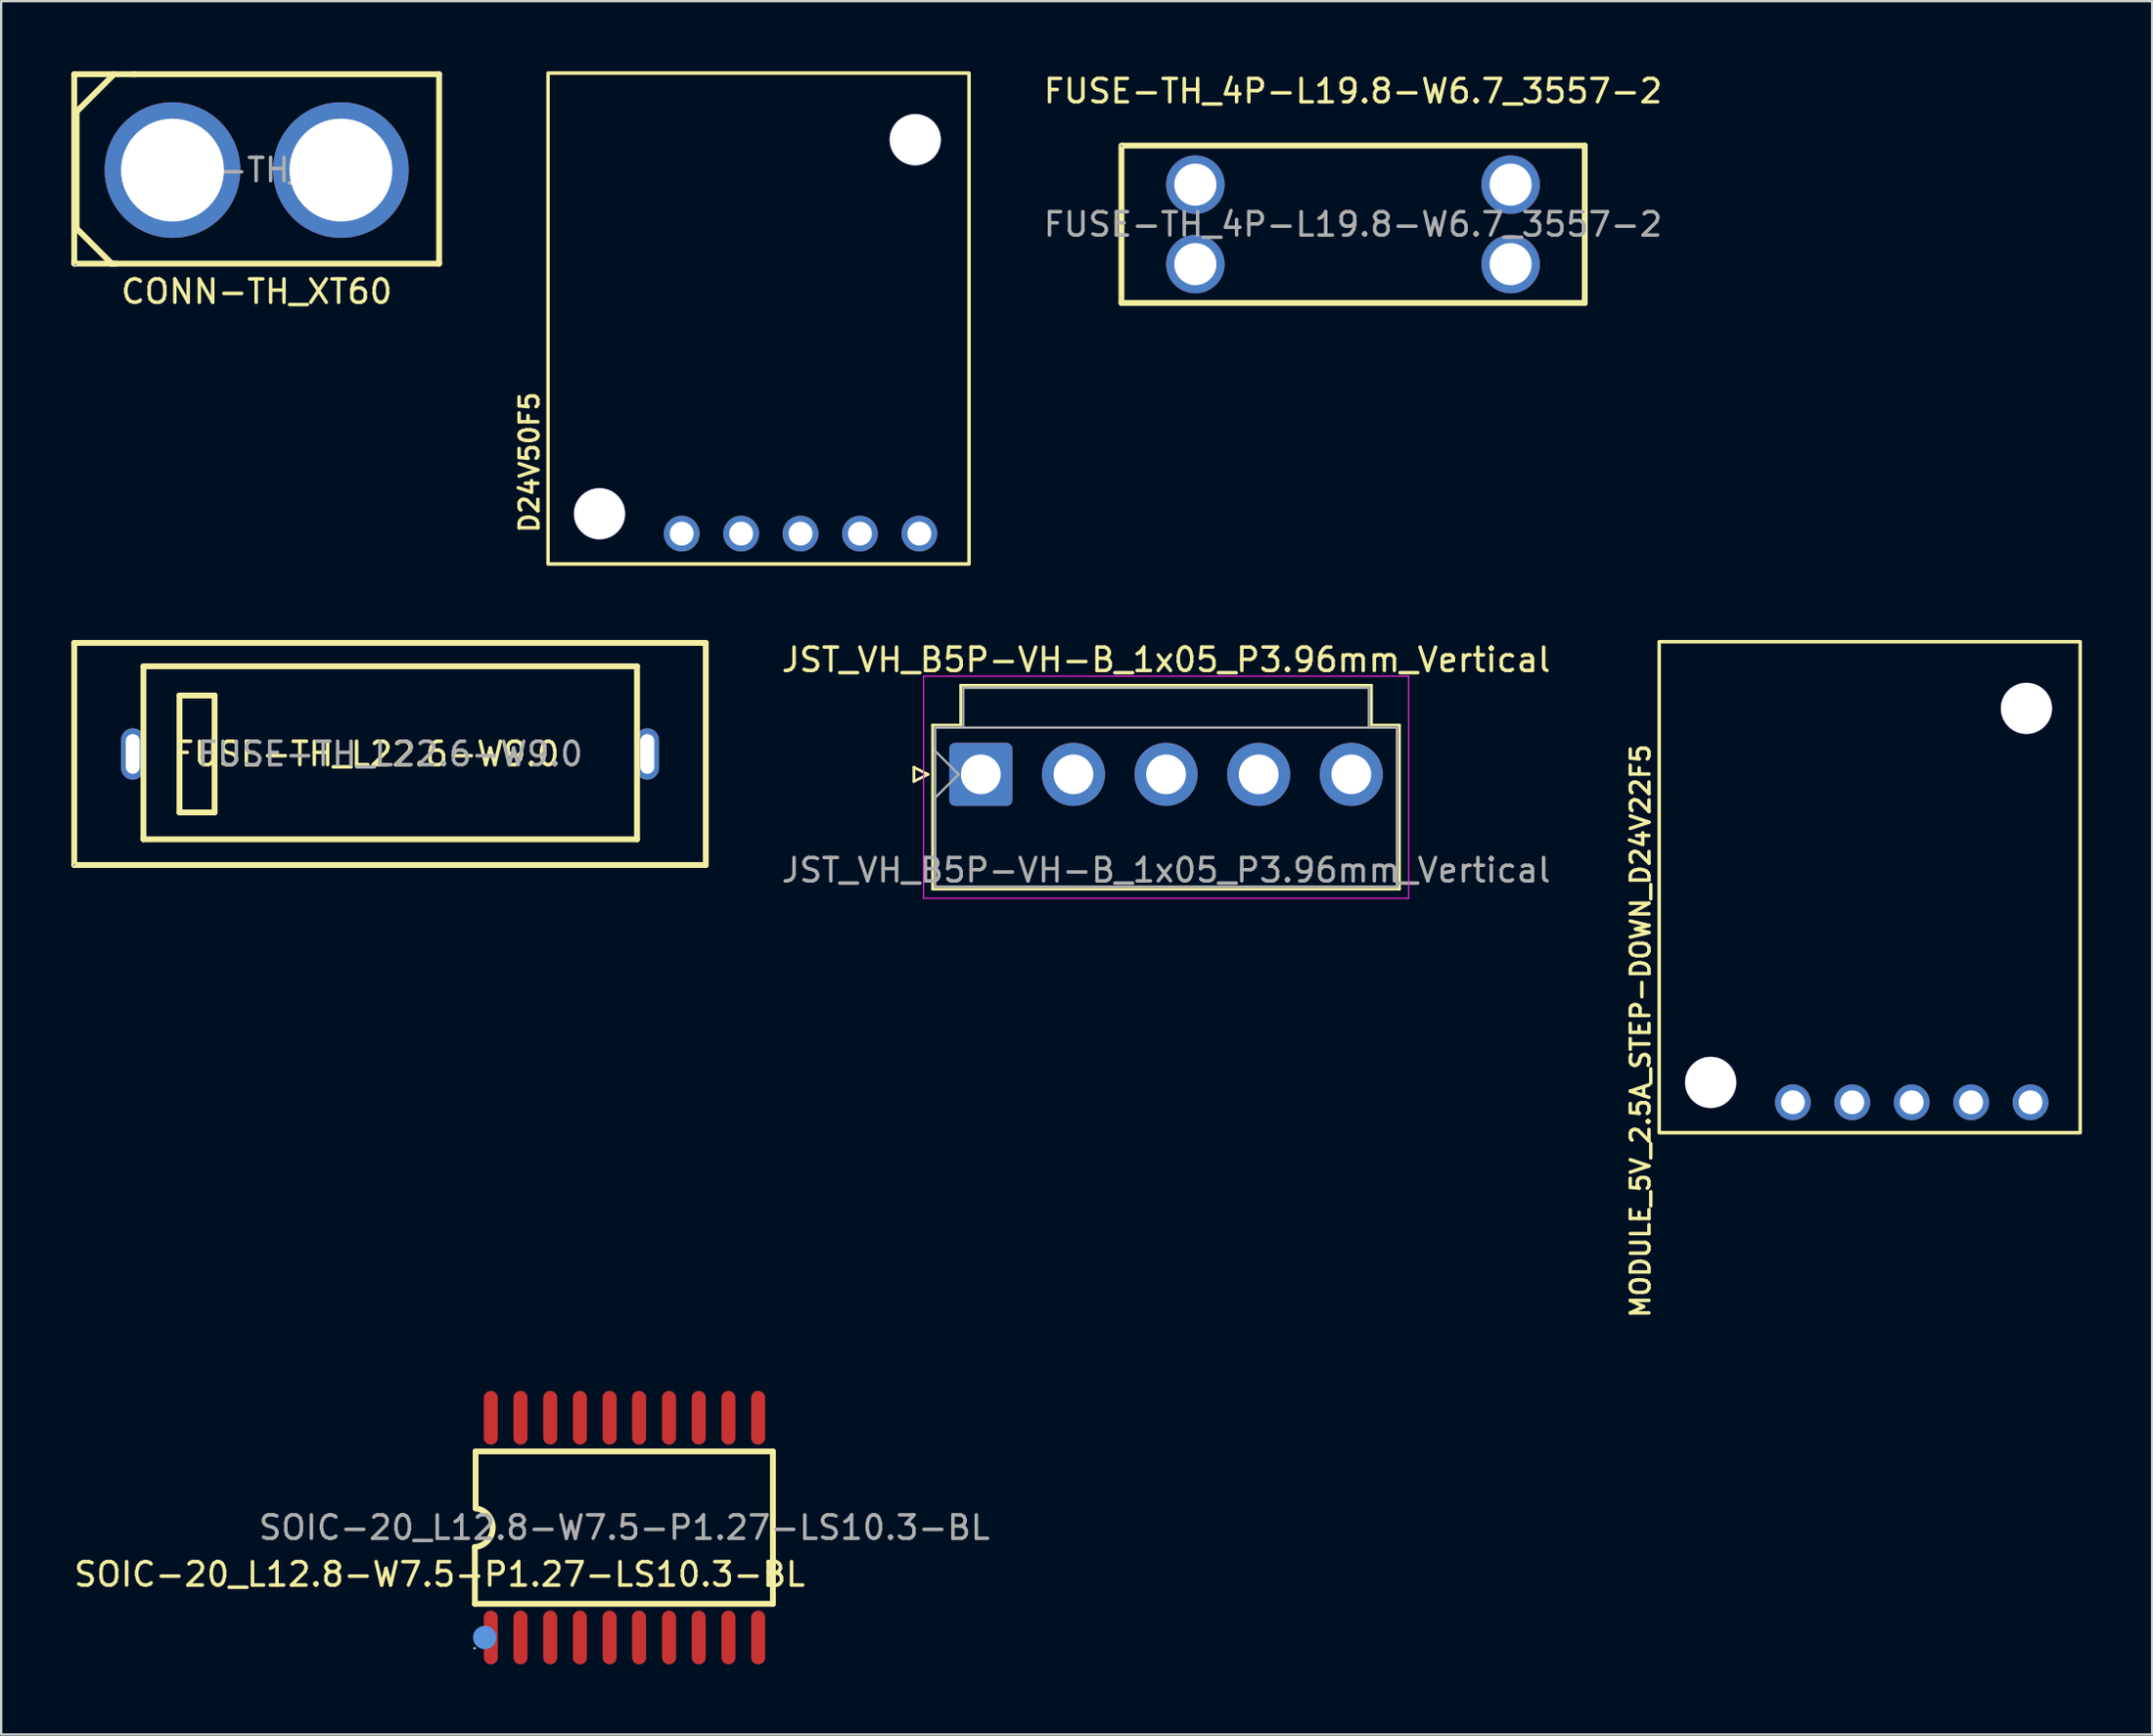
<source format=kicad_pcb>
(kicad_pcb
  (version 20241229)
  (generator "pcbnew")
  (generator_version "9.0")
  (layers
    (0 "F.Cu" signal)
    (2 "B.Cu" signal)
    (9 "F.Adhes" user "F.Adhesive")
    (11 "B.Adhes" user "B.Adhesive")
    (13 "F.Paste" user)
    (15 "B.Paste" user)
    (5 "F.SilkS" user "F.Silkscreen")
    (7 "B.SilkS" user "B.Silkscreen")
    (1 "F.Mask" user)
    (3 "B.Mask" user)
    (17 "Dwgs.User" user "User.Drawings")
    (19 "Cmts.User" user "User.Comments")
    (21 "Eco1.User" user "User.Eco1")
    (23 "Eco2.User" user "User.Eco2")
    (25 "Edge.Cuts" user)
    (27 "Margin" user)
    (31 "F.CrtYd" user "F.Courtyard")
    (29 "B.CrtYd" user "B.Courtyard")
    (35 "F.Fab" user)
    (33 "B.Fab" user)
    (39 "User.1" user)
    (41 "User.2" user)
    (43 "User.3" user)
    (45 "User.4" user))
  (footprint "FUSE-TH_4P-L19.8-W6.7_3557-2"
    (layer "F.Cu")
    (at 54.796 6.548)
    (property "Reference" "FUSE-TH_4P-L19.8-W6.7_3557-2" (at 0 -5.7 0) (layer "F.SilkS") (effects (font (size 1 1) (thickness 0.15))))
    (attr through_hole)
    (fp_line (start -9.9 -3.37) (end -9.9 3.36) (stroke (width 0.25) (type solid)) (layer "F.SilkS"))
    (fp_line (start -9.9 3.36) (end 9.91 3.36) (stroke (width 0.25) (type solid)) (layer "F.SilkS"))
    (fp_line (start 9.91 -3.37) (end -9.86 -3.37) (stroke (width 0.25) (type solid)) (layer "F.SilkS"))
    (fp_line (start 9.91 3.36) (end 9.91 -3.37) (stroke (width 0.25) (type solid)) (layer "F.SilkS"))
    (fp_circle (center -9.9 -3.36) (end -9.87 -3.36) (stroke (width 0.06) (type solid)) (fill no) (layer "F.Fab"))
    (fp_text user "${REFERENCE}" (at 0 0 0) (layer "F.Fab") (effects (font (size 1 1) (thickness 0.15))))
    (pad "1" thru_hole circle (at -6.74 -1.7) (size 2.5 2.5) (drill 1.8) (layers "*.Cu" "*.Mask"))
    (pad "1" thru_hole circle (at -6.74 1.7) (size 2.5 2.5) (drill 1.8) (layers "*.Cu" "*.Mask"))
    (pad "2" thru_hole circle (at 6.74 -1.7) (size 2.5 2.5) (drill 1.8) (layers "*.Cu" "*.Mask"))
    (pad "2" thru_hole circle (at 6.74 1.7) (size 2.5 2.5) (drill 1.8) (layers "*.Cu" "*.Mask")))
  (footprint "D24V50F5"
    (layer "F.Cu")
    (at 20.381 21.075)
    (property "Reference" "D24V50F5" (at -0.8 -4.35 90) (layer "F.SilkS") (effects (font (size 0.8 0.8) (thickness 0.15))))
    (attr through_hole)
    (fp_rect (start 0 -21) (end 18 0) (stroke (width 0.15) (type default)) (fill no) (layer "F.SilkS"))
    (pad "" np_thru_hole circle (at 2.2 -2.15) (size 2.2 2.2) (drill 2.18) (layers "*.Cu" "*.Mask"))
    (pad "" np_thru_hole circle (at 15.7 -18.15) (size 2.2 2.2) (drill 2.18) (layers "*.Cu" "*.Mask"))
    (pad "1" thru_hole circle (at 5.715 -1.3) (size 1.53 1.53) (drill 1.02) (layers "*.Cu" "*.Mask"))
    (pad "2" thru_hole circle (at 8.255 -1.3) (size 1.53 1.53) (drill 1.02) (layers "*.Cu" "*.Mask"))
    (pad "3" thru_hole circle (at 10.795 -1.3) (size 1.53 1.53) (drill 1.02) (layers "*.Cu" "*.Mask"))
    (pad "4" thru_hole circle (at 13.335 -1.3) (size 1.53 1.53) (drill 1.02) (layers "*.Cu" "*.Mask"))
    (pad "5" thru_hole circle (at 15.875 -1.3) (size 1.53 1.53) (drill 1.02) (layers "*.Cu" "*.Mask")))
  (footprint "MODULE_5V_2.5A_STEP-DOWN_D24V22F5"
    (layer "F.Cu")
    (at 67.888 45.4)
    (property "Reference" "MODULE_5V_2.5A_STEP-DOWN_D24V22F5" (at -0.8 -4.35 90) (layer "F.SilkS") (effects (font (size 0.8 0.8) (thickness 0.15))))
    (attr through_hole)
    (fp_rect (start 0 -21) (end 18 0) (stroke (width 0.15) (type default)) (fill no) (layer "F.SilkS"))
    (pad "" np_thru_hole circle (at 2.2 -2.15) (size 2.2 2.2) (drill 2.18) (layers "*.Cu" "*.Mask"))
    (pad "" np_thru_hole circle (at 15.7 -18.15) (size 2.2 2.2) (drill 2.18) (layers "*.Cu" "*.Mask"))
    (pad "1" thru_hole circle (at 5.715 -1.3) (size 1.53 1.53) (drill 1.02) (layers "*.Cu" "*.Mask"))
    (pad "2" thru_hole circle (at 8.255 -1.3) (size 1.53 1.53) (drill 1.02) (layers "*.Cu" "*.Mask"))
    (pad "3" thru_hole circle (at 10.795 -1.3) (size 1.53 1.53) (drill 1.02) (layers "*.Cu" "*.Mask"))
    (pad "4" thru_hole circle (at 13.335 -1.3) (size 1.53 1.53) (drill 1.02) (layers "*.Cu" "*.Mask"))
    (pad "5" thru_hole circle (at 15.875 -1.3) (size 1.53 1.53) (drill 1.02) (layers "*.Cu" "*.Mask")))
  (footprint "FUSE-TH_L22.6-W9.0"
    (layer "F.Cu")
    (at 13.625 29.2)
    (property "Reference" "FUSE-TH_L22.6-W9.0" (at -1 0 180) (layer "F.SilkS") (effects (font (size 1 1) (thickness 0.15))))
    (attr through_hole)
    (fp_line (start -13.5 -4.75) (end -13.5 4.75) (stroke (width 0.25) (type solid)) (layer "F.SilkS"))
    (fp_line (start -13.5 4.75) (end 13.5 4.75) (stroke (width 0.25) (type solid)) (layer "F.SilkS"))
    (fp_line (start -10.54 -3.75) (end 10.56 -3.75) (stroke (width 0.25) (type solid)) (layer "F.SilkS"))
    (fp_line (start -10.54 3.65) (end -10.54 -3.75) (stroke (width 0.25) (type solid)) (layer "F.SilkS"))
    (fp_line (start -9 -2.5) (end -7.5 -2.5) (stroke (width 0.25) (type solid)) (layer "F.SilkS"))
    (fp_line (start -9 2.5) (end -9 -2.5) (stroke (width 0.25) (type solid)) (layer "F.SilkS"))
    (fp_line (start -7.5 -2.5) (end -7.5 2.5) (stroke (width 0.25) (type solid)) (layer "F.SilkS"))
    (fp_line (start -7.5 2.5) (end -9 2.5) (stroke (width 0.25) (type solid)) (layer "F.SilkS"))
    (fp_line (start 10.56 -3.75) (end 10.56 3.65) (stroke (width 0.25) (type solid)) (layer "F.SilkS"))
    (fp_line (start 10.56 3.65) (end -10.54 3.65) (stroke (width 0.25) (type solid)) (layer "F.SilkS"))
    (fp_line (start 13.5 -4.75) (end -13.5 -4.75) (stroke (width 0.25) (type solid)) (layer "F.SilkS"))
    (fp_line (start 13.5 4.75) (end 13.5 -4.75) (stroke (width 0.25) (type solid)) (layer "F.SilkS"))
    (fp_circle (center -13.5 4.75) (end -13.47 4.75) (stroke (width 0.06) (type solid)) (fill no) (layer "F.Fab"))
    (fp_text user "${REFERENCE}" (at 0 0 180) (layer "F.Fab") (effects (font (size 1 1) (thickness 0.15))))
    (pad "1" thru_hole oval (at -11 0) (size 1 2.2) (drill oval 0.6 1.7) (layers "*.Cu" "*.Mask"))
    (pad "2" thru_hole oval (at 11 0) (size 1 2.2) (drill oval 0.6 1.7) (layers "*.Cu" "*.Mask")))
  (footprint "CONN-TH_XT60"
    (layer "F.Cu")
    (at 7.925 4.225)
    (property "Reference" "CONN-TH_XT60" (at 0 5.2 0) (layer "F.SilkS") (effects (font (size 1 1) (thickness 0.15))))
    (attr through_hole)
    (fp_line (start -7.8 -4.1) (end -7.8 4) (stroke (width 0.25) (type solid)) (layer "F.SilkS"))
    (fp_line (start -7.8 4) (end -6 4) (stroke (width 0.25) (type solid)) (layer "F.SilkS"))
    (fp_line (start -7.7 -2.5) (end -7.7 2.5) (stroke (width 0.25) (type solid)) (layer "F.SilkS"))
    (fp_line (start -7.7 2.5) (end -6.2 4) (stroke (width 0.25) (type solid)) (layer "F.SilkS"))
    (fp_line (start -6.2 4) (end 7.8 4) (stroke (width 0.25) (type solid)) (layer "F.SilkS"))
    (fp_line (start -6.1 -4.1) (end -7.8 -4.1) (stroke (width 0.25) (type solid)) (layer "F.SilkS"))
    (fp_line (start -6.1 -4.1) (end -7.7 -2.5) (stroke (width 0.25) (type solid)) (layer "F.SilkS"))
    (fp_line (start -5.2 -4.1) (end -6.1 -4.1) (stroke (width 0.25) (type solid)) (layer "F.SilkS"))
    (fp_line (start 7.8 -4.1) (end -5.3 -4.1) (stroke (width 0.25) (type solid)) (layer "F.SilkS"))
    (fp_line (start 7.8 4) (end 7.8 -4.1) (stroke (width 0.25) (type solid)) (layer "F.SilkS"))
    (fp_circle (center -7.75 4.05) (end -7.72 4.05) (stroke (width 0.06) (type solid)) (fill no) (layer "F.Fab"))
    (fp_circle (center -3.6 0) (end -2.72 0) (stroke (width 1.75) (type solid)) (fill no) (layer "F.Fab"))
    (fp_circle (center 3.6 0) (end 4.48 0) (stroke (width 1.75) (type solid)) (fill no) (layer "F.Fab"))
    (fp_text user "${REFERENCE}" (at 0 0 0) (layer "F.Fab") (effects (font (size 1 1) (thickness 0.15))))
    (pad "1" thru_hole circle (at -3.6 0) (size 5.8 5.8) (drill 4.4) (layers "*.Cu" "*.Mask"))
    (pad "2" thru_hole circle (at 3.6 0) (size 5.8 5.8) (drill 4.4) (layers "*.Cu" "*.Mask")))
  (footprint "SOIC-20_L12.8-W7.5-P1.27-LS10.3-BL"
    (layer "F.Cu")
    (at 23.644 62.293)
    (property "Reference" "SOIC-20_L12.8-W7.5-P1.27-LS10.3-BL" (at -7.9 2 180) (layer "F.SilkS") (effects (font (size 1 1) (thickness 0.15))))
    (attr smd)
    (fp_line (start -6.39 0.83) (end -6.39 3.26) (stroke (width 0.25) (type solid)) (layer "F.SilkS"))
    (fp_line (start -6.39 3.26) (end 6.35 3.26) (stroke (width 0.25) (type solid)) (layer "F.SilkS"))
    (fp_line (start -6.36 -3.26) (end 6.35 -3.26) (stroke (width 0.25) (type solid)) (layer "F.SilkS"))
    (fp_line (start -6.36 -0.82) (end -6.36 -3.26) (stroke (width 0.25) (type solid)) (layer "F.SilkS"))
    (fp_line (start 6.35 -3.26) (end 6.35 3.26) (stroke (width 0.25) (type solid)) (layer "F.SilkS"))
    (fp_arc (start -6.349993 -0.82565) (mid -5.627297 0.020121) (end -6.39 0.83) (stroke (width 0.25) (type solid)) (layer "F.SilkS"))
    (fp_circle (center -5.97 4.7) (end -5.72 4.7) (stroke (width 0.5) (type solid)) (fill no) (layer "Cmts.User"))
    (fp_circle (center -6.4 5.16) (end -6.37 5.16) (stroke (width 0.06) (type solid)) (fill no) (layer "F.Fab"))
    (fp_text user "${REFERENCE}" (at 0 0 180) (layer "F.Fab") (effects (font (size 1 1) (thickness 0.15))))
    (pad "1" smd oval (at -5.71 4.7 180) (size 0.6 2.3) (layers "F.Cu" "F.Mask" "F.Paste"))
    (pad "2" smd oval (at -4.44 4.7 180) (size 0.6 2.3) (layers "F.Cu" "F.Mask" "F.Paste"))
    (pad "3" smd oval (at -3.17 4.7 180) (size 0.6 2.3) (layers "F.Cu" "F.Mask" "F.Paste"))
    (pad "4" smd oval (at -1.9 4.7 180) (size 0.6 2.3) (layers "F.Cu" "F.Mask" "F.Paste"))
    (pad "5" smd oval (at -0.63 4.7 180) (size 0.6 2.3) (layers "F.Cu" "F.Mask" "F.Paste"))
    (pad "6" smd oval (at 0.63 4.7 180) (size 0.6 2.3) (layers "F.Cu" "F.Mask" "F.Paste"))
    (pad "7" smd oval (at 1.91 4.7 180) (size 0.6 2.3) (layers "F.Cu" "F.Mask" "F.Paste"))
    (pad "8" smd oval (at 3.18 4.7 180) (size 0.6 2.3) (layers "F.Cu" "F.Mask" "F.Paste"))
    (pad "9" smd oval (at 4.45 4.7 180) (size 0.6 2.3) (layers "F.Cu" "F.Mask" "F.Paste"))
    (pad "10" smd oval (at 5.72 4.7 180) (size 0.6 2.3) (layers "F.Cu" "F.Mask" "F.Paste"))
    (pad "11" smd oval (at 5.72 -4.7 180) (size 0.6 2.3) (layers "F.Cu" "F.Mask" "F.Paste"))
    (pad "12" smd oval (at 4.45 -4.7 180) (size 0.6 2.3) (layers "F.Cu" "F.Mask" "F.Paste"))
    (pad "13" smd oval (at 3.18 -4.7 180) (size 0.6 2.3) (layers "F.Cu" "F.Mask" "F.Paste"))
    (pad "14" smd oval (at 1.91 -4.7 180) (size 0.6 2.3) (layers "F.Cu" "F.Mask" "F.Paste"))
    (pad "15" smd oval (at 0.63 -4.7 180) (size 0.6 2.3) (layers "F.Cu" "F.Mask" "F.Paste"))
    (pad "16" smd oval (at -0.63 -4.7 180) (size 0.6 2.3) (layers "F.Cu" "F.Mask" "F.Paste"))
    (pad "17" smd oval (at -1.9 -4.7 180) (size 0.6 2.3) (layers "F.Cu" "F.Mask" "F.Paste"))
    (pad "18" smd oval (at -3.17 -4.7 180) (size 0.6 2.3) (layers "F.Cu" "F.Mask" "F.Paste"))
    (pad "19" smd oval (at -4.44 -4.7 180) (size 0.6 2.3) (layers "F.Cu" "F.Mask" "F.Paste"))
    (pad "20" smd oval (at -5.71 -4.7 180) (size 0.6 2.3) (layers "F.Cu" "F.Mask" "F.Paste")))
  (footprint "JST_VH_B5P-VH-B_1x05_P3.96mm_Vertical"
    (layer "F.Cu")
    (at 38.884 30.073)
    (property "Reference" "JST_VH_B5P-VH-B_1x05_P3.96mm_Vertical" (at 7.92 -4.9 180) (layer "F.SilkS") (effects (font (size 1 1) (thickness 0.15))))
    (attr through_hole)
    (fp_line (start -2.86 -0.3) (end -2.26 0) (stroke (width 0.12) (type solid)) (layer "F.SilkS"))
    (fp_line (start -2.86 0.3) (end -2.86 -0.3) (stroke (width 0.12) (type solid)) (layer "F.SilkS"))
    (fp_line (start -2.26 0) (end -2.86 0.3) (stroke (width 0.12) (type solid)) (layer "F.SilkS"))
    (fp_line (start -2.06 -2.11) (end -0.86 -2.11) (stroke (width 0.12) (type solid)) (layer "F.SilkS"))
    (fp_line (start -2.06 4.91) (end -2.06 -2.11) (stroke (width 0.12) (type solid)) (layer "F.SilkS"))
    (fp_line (start -0.86 -3.81) (end 16.7 -3.81) (stroke (width 0.12) (type solid)) (layer "F.SilkS"))
    (fp_line (start -0.86 -2.11) (end -0.86 -3.81) (stroke (width 0.12) (type solid)) (layer "F.SilkS"))
    (fp_line (start 16.7 -3.81) (end 16.7 -2.11) (stroke (width 0.12) (type solid)) (layer "F.SilkS"))
    (fp_line (start 16.7 -2.11) (end 17.9 -2.11) (stroke (width 0.12) (type solid)) (layer "F.SilkS"))
    (fp_line (start 17.9 -2.11) (end 17.9 4.91) (stroke (width 0.12) (type solid)) (layer "F.SilkS"))
    (fp_line (start 17.9 4.91) (end -2.06 4.91) (stroke (width 0.12) (type solid)) (layer "F.SilkS"))
    (fp_line (start -2.45 -4.2) (end -2.45 5.3) (stroke (width 0.05) (type solid)) (layer "F.CrtYd"))
    (fp_line (start -2.45 5.3) (end 18.29 5.3) (stroke (width 0.05) (type solid)) (layer "F.CrtYd"))
    (fp_line (start 18.29 -4.2) (end -2.45 -4.2) (stroke (width 0.05) (type solid)) (layer "F.CrtYd"))
    (fp_line (start 18.29 5.3) (end 18.29 -4.2) (stroke (width 0.05) (type solid)) (layer "F.CrtYd"))
    (fp_line (start -1.95 -2) (end -1.95 4.8) (stroke (width 0.1) (type solid)) (layer "F.Fab"))
    (fp_line (start -1.95 -1) (end -0.95 0) (stroke (width 0.1) (type solid)) (layer "F.Fab"))
    (fp_line (start -1.95 1) (end -0.95 0) (stroke (width 0.1) (type solid)) (layer "F.Fab"))
    (fp_line (start -1.95 4.8) (end 17.79 4.8) (stroke (width 0.1) (type solid)) (layer "F.Fab"))
    (fp_line (start -0.75 -3.7) (end 16.59 -3.7) (stroke (width 0.1) (type solid)) (layer "F.Fab"))
    (fp_line (start -0.75 -2) (end -0.75 -3.7) (stroke (width 0.1) (type solid)) (layer "F.Fab"))
    (fp_line (start 16.59 -3.7) (end 16.59 -2) (stroke (width 0.1) (type solid)) (layer "F.Fab"))
    (fp_line (start 17.79 -2) (end -1.95 -2) (stroke (width 0.1) (type solid)) (layer "F.Fab"))
    (fp_line (start 17.79 4.8) (end 17.79 -2) (stroke (width 0.1) (type solid)) (layer "F.Fab"))
    (fp_text user "${REFERENCE}" (at 7.92 4.1 180) (layer "F.Fab") (effects (font (size 1 1) (thickness 0.15))))
    (pad "1" thru_hole roundrect (at 0 0) (size 2.7 2.7) (drill 1.7) (layers "*.Cu" "*.Mask") (roundrect_rratio 0.093))
    (pad "2" thru_hole circle (at 3.96 0) (size 2.7 2.7) (drill 1.7) (layers "*.Cu" "*.Mask"))
    (pad "3" thru_hole circle (at 7.92 0) (size 2.7 2.7) (drill 1.7) (layers "*.Cu" "*.Mask"))
    (pad "4" thru_hole circle (at 11.88 0) (size 2.7 2.7) (drill 1.7) (layers "*.Cu" "*.Mask"))
    (pad "5" thru_hole circle (at 15.84 0) (size 2.7 2.7) (drill 1.7) (layers "*.Cu" "*.Mask")))
  (gr_rect
    (start -3 -3)
    (end 88.963 71.143)
    (stroke (width 0.1) (type default))
    (fill no)
    (layer "Edge.Cuts")))
</source>
